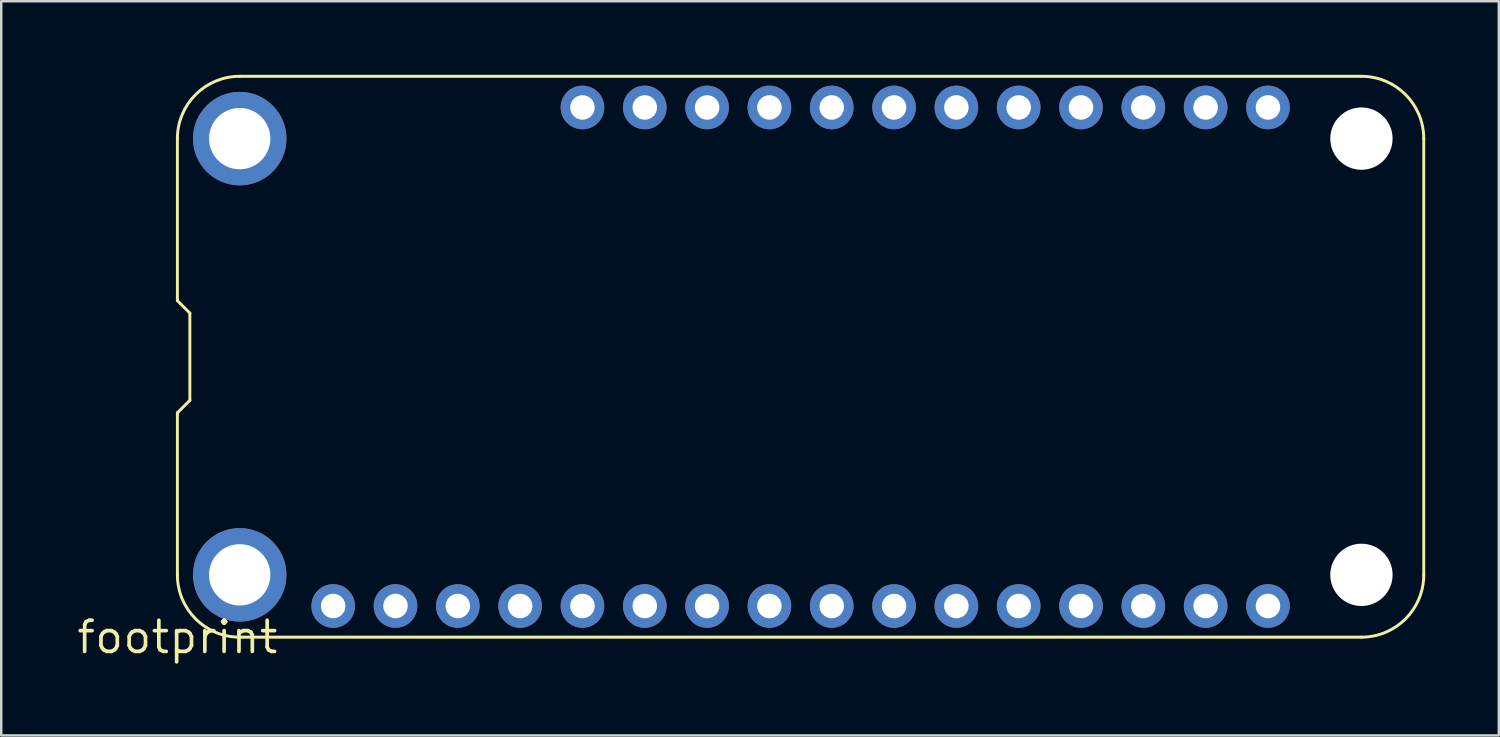
<source format=kicad_pcb>
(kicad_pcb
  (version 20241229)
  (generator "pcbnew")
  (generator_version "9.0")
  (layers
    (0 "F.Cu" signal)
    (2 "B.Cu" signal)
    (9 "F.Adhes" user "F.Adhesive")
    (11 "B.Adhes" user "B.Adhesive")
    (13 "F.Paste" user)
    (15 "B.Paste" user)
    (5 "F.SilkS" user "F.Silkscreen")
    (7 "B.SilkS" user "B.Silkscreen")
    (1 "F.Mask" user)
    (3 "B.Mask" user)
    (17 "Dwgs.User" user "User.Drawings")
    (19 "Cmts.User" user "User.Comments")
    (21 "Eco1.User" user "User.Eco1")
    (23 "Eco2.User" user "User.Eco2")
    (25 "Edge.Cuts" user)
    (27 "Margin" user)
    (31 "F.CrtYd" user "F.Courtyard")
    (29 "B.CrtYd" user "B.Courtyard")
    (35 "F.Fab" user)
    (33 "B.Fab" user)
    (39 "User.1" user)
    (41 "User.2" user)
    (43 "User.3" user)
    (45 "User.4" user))
  (footprint "footprint"
    (layer "F.Cu")
    (at 4.18 22.92)
    (property "Reference" "footprint" (at 0 0 0) (layer "F.SilkS") (effects (font (size 1.27 1.27) (thickness 0.15))))
    (fp_line (start 0 -20.32) (end 0 -13.716) (stroke (width 0.12) (type solid)) (layer "F.SilkS"))
    (fp_line (start 0 -13.716) (end 0.508 -13.208) (stroke (width 0.12) (type solid)) (layer "F.SilkS"))
    (fp_line (start 0 -9.144) (end 0 -2.54) (stroke (width 0.12) (type solid)) (layer "F.SilkS"))
    (fp_line (start 0.508 -13.208) (end 0.508 -9.652) (stroke (width 0.12) (type solid)) (layer "F.SilkS"))
    (fp_line (start 0.508 -9.652) (end 0 -9.144) (stroke (width 0.12) (type solid)) (layer "F.SilkS"))
    (fp_line (start 2.54 0) (end 48.26 0) (stroke (width 0.12) (type solid)) (layer "F.SilkS"))
    (fp_line (start 48.26 -22.86) (end 2.54 -22.86) (stroke (width 0.12) (type solid)) (layer "F.SilkS"))
    (fp_line (start 50.8 -2.54) (end 50.8 -20.32) (stroke (width 0.12) (type solid)) (layer "F.SilkS"))
    (fp_arc (start 0 -20.32) (mid 0.743949 -22.116051) (end 2.54 -22.86) (stroke (width 0.12) (type solid)) (layer "F.SilkS"))
    (fp_arc (start 2.54 0) (mid 0.743949 -0.743949) (end 0 -2.54) (stroke (width 0.12) (type solid)) (layer "F.SilkS"))
    (fp_arc (start 48.26 -22.86) (mid 50.056051 -22.116051) (end 50.8 -20.32) (stroke (width 0.12) (type solid)) (layer "F.SilkS"))
    (fp_arc (start 50.8 -2.54) (mid 50.056051 -0.743949) (end 48.26 0) (stroke (width 0.12) (type solid)) (layer "F.SilkS"))
    (pad "" np_thru_hole circle (at 48.26 -20.32) (size 2.54 2.54) (drill 2.54) (layers "*.Cu" "*.Mask"))
    (pad "" np_thru_hole circle (at 48.26 -2.54) (size 2.54 2.54) (drill 2.54) (layers "*.Cu" "*.Mask"))
    (pad "1" thru_hole circle (at 6.35 -1.27) (size 1.778 1.778) (drill 1) (layers "*.Cu" "*.Mask"))
    (pad "2" thru_hole circle (at 8.89 -1.27) (size 1.778 1.778) (drill 1) (layers "*.Cu" "*.Mask"))
    (pad "3" thru_hole circle (at 11.43 -1.27) (size 1.778 1.778) (drill 1) (layers "*.Cu" "*.Mask"))
    (pad "4" thru_hole circle (at 13.97 -1.27) (size 1.778 1.778) (drill 1) (layers "*.Cu" "*.Mask"))
    (pad "5" thru_hole circle (at 16.51 -1.27) (size 1.778 1.778) (drill 1) (layers "*.Cu" "*.Mask"))
    (pad "6" thru_hole circle (at 19.05 -1.27) (size 1.778 1.778) (drill 1) (layers "*.Cu" "*.Mask"))
    (pad "7" thru_hole circle (at 21.59 -1.27) (size 1.778 1.778) (drill 1) (layers "*.Cu" "*.Mask"))
    (pad "8" thru_hole circle (at 24.13 -1.27) (size 1.778 1.778) (drill 1) (layers "*.Cu" "*.Mask"))
    (pad "9" thru_hole circle (at 26.67 -1.27) (size 1.778 1.778) (drill 1) (layers "*.Cu" "*.Mask"))
    (pad "10" thru_hole circle (at 29.21 -1.27) (size 1.778 1.778) (drill 1) (layers "*.Cu" "*.Mask"))
    (pad "11" thru_hole circle (at 31.75 -1.27) (size 1.778 1.778) (drill 1) (layers "*.Cu" "*.Mask"))
    (pad "12" thru_hole circle (at 34.29 -1.27) (size 1.778 1.778) (drill 1) (layers "*.Cu" "*.Mask"))
    (pad "13" thru_hole circle (at 36.83 -1.27) (size 1.778 1.778) (drill 1) (layers "*.Cu" "*.Mask"))
    (pad "14" thru_hole circle (at 39.37 -1.27) (size 1.778 1.778) (drill 1) (layers "*.Cu" "*.Mask"))
    (pad "15" thru_hole circle (at 41.91 -1.27) (size 1.778 1.778) (drill 1) (layers "*.Cu" "*.Mask"))
    (pad "16" thru_hole circle (at 44.45 -1.27) (size 1.778 1.778) (drill 1) (layers "*.Cu" "*.Mask"))
    (pad "17" thru_hole circle (at 44.45 -21.59) (size 1.778 1.778) (drill 1) (layers "*.Cu" "*.Mask"))
    (pad "18" thru_hole circle (at 41.91 -21.59) (size 1.778 1.778) (drill 1) (layers "*.Cu" "*.Mask"))
    (pad "19" thru_hole circle (at 39.37 -21.59) (size 1.778 1.778) (drill 1) (layers "*.Cu" "*.Mask"))
    (pad "20" thru_hole circle (at 36.83 -21.59) (size 1.778 1.778) (drill 1) (layers "*.Cu" "*.Mask"))
    (pad "21" thru_hole circle (at 34.29 -21.59) (size 1.778 1.778) (drill 1) (layers "*.Cu" "*.Mask"))
    (pad "22" thru_hole circle (at 31.75 -21.59) (size 1.778 1.778) (drill 1) (layers "*.Cu" "*.Mask"))
    (pad "23" thru_hole circle (at 29.21 -21.59) (size 1.778 1.778) (drill 1) (layers "*.Cu" "*.Mask"))
    (pad "24" thru_hole circle (at 26.67 -21.59) (size 1.778 1.778) (drill 1) (layers "*.Cu" "*.Mask"))
    (pad "25" thru_hole circle (at 24.13 -21.59) (size 1.778 1.778) (drill 1) (layers "*.Cu" "*.Mask"))
    (pad "26" thru_hole circle (at 21.59 -21.59) (size 1.778 1.778) (drill 1) (layers "*.Cu" "*.Mask"))
    (pad "27" thru_hole circle (at 19.05 -21.59) (size 1.778 1.778) (drill 1) (layers "*.Cu" "*.Mask"))
    (pad "28" thru_hole circle (at 16.51 -21.59) (size 1.778 1.778) (drill 1) (layers "*.Cu" "*.Mask"))
    (pad "P$1" thru_hole circle (at 2.54 -20.32) (size 3.81 3.81) (drill 2.5) (layers "*.Cu" "*.Mask"))
    (pad "P$2" thru_hole circle (at 2.54 -2.54) (size 3.81 3.81) (drill 2.5) (layers "*.Cu" "*.Mask")))
  (gr_rect
    (start -3 -3)
    (end 58.04 26.926)
    (stroke (width 0.1) (type default))
    (fill no)
    (layer "Edge.Cuts")))
</source>
